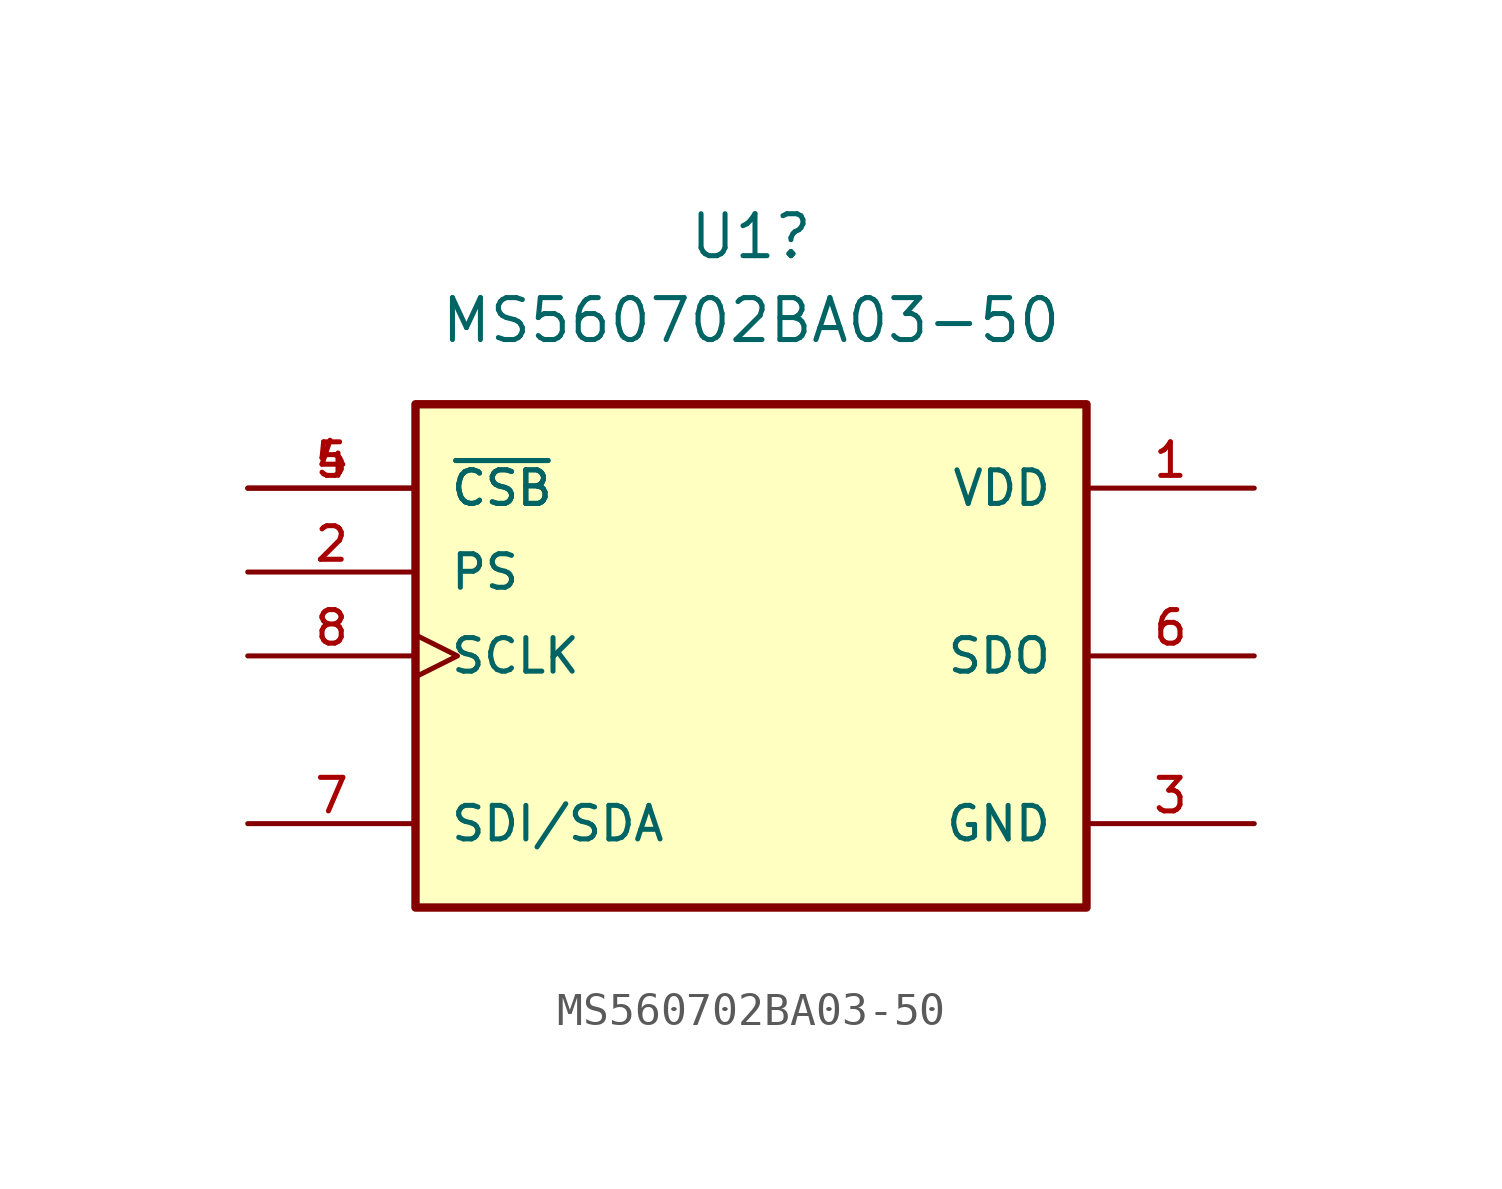
<source format=kicad_sym>
(kicad_symbol_lib
  (version 20231120)
  (generator "kicad_symbol_editor")
  (generator_version "8.0")
  (symbol "MS560702BA03-50"
    (pin_names
      (offset 1.016))
    (property "Reference" "U1"
      (at 0 12.7 0)
      (effects (font (size 1.27 1.27))))
    (property "Value" "MS560702BA03-50"
      (at 0 10.16 0)
      (effects (font (size 1.27 1.27))))
    (symbol "MS560702BA03-50_0_0"
      (rectangle (start -10.16 -7.62) (end 10.16 7.62) (stroke (width 0.254) (type default)) (fill (type background)))
      (pin power_in line (at 15.24 5.08 180) (length 5.08) (name "VDD" (effects (font (size 1.016 1.016)))) (number "1" (effects (font (size 1.016 1.016)))))
      (pin input line (at -15.24 2.54 0) (length 5.08) (name "PS" (effects (font (size 1.016 1.016)))) (number "2" (effects (font (size 1.016 1.016)))))
      (pin power_in line (at 15.24 -5.08 180) (length 5.08) (name "GND" (effects (font (size 1.016 1.016)))) (number "3" (effects (font (size 1.016 1.016)))))
      (pin input line (at -15.24 5.08 0) (length 5.08) (name "~{CSB}" (effects (font (size 1.016 1.016)))) (number "4" (effects (font (size 1.016 1.016)))))
      (pin input line (at -15.24 5.08 0) (length 5.08) (name "~{CSB}" (effects (font (size 1.016 1.016)))) (number "5" (effects (font (size 1.016 1.016)))))
      (pin output line (at 15.24 0 180) (length 5.08) (name "SDO" (effects (font (size 1.016 1.016)))) (number "6" (effects (font (size 1.016 1.016)))))
      (pin bidirectional line (at -15.24 -5.08 0) (length 5.08) (name "SDI/SDA" (effects (font (size 1.016 1.016)))) (number "7" (effects (font (size 1.016 1.016)))))
      (pin input clock (at -15.24 0 0) (length 5.08) (name "SCLK" (effects (font (size 1.016 1.016)))) (number "8" (effects (font (size 1.016 1.016))))))))
</source>
